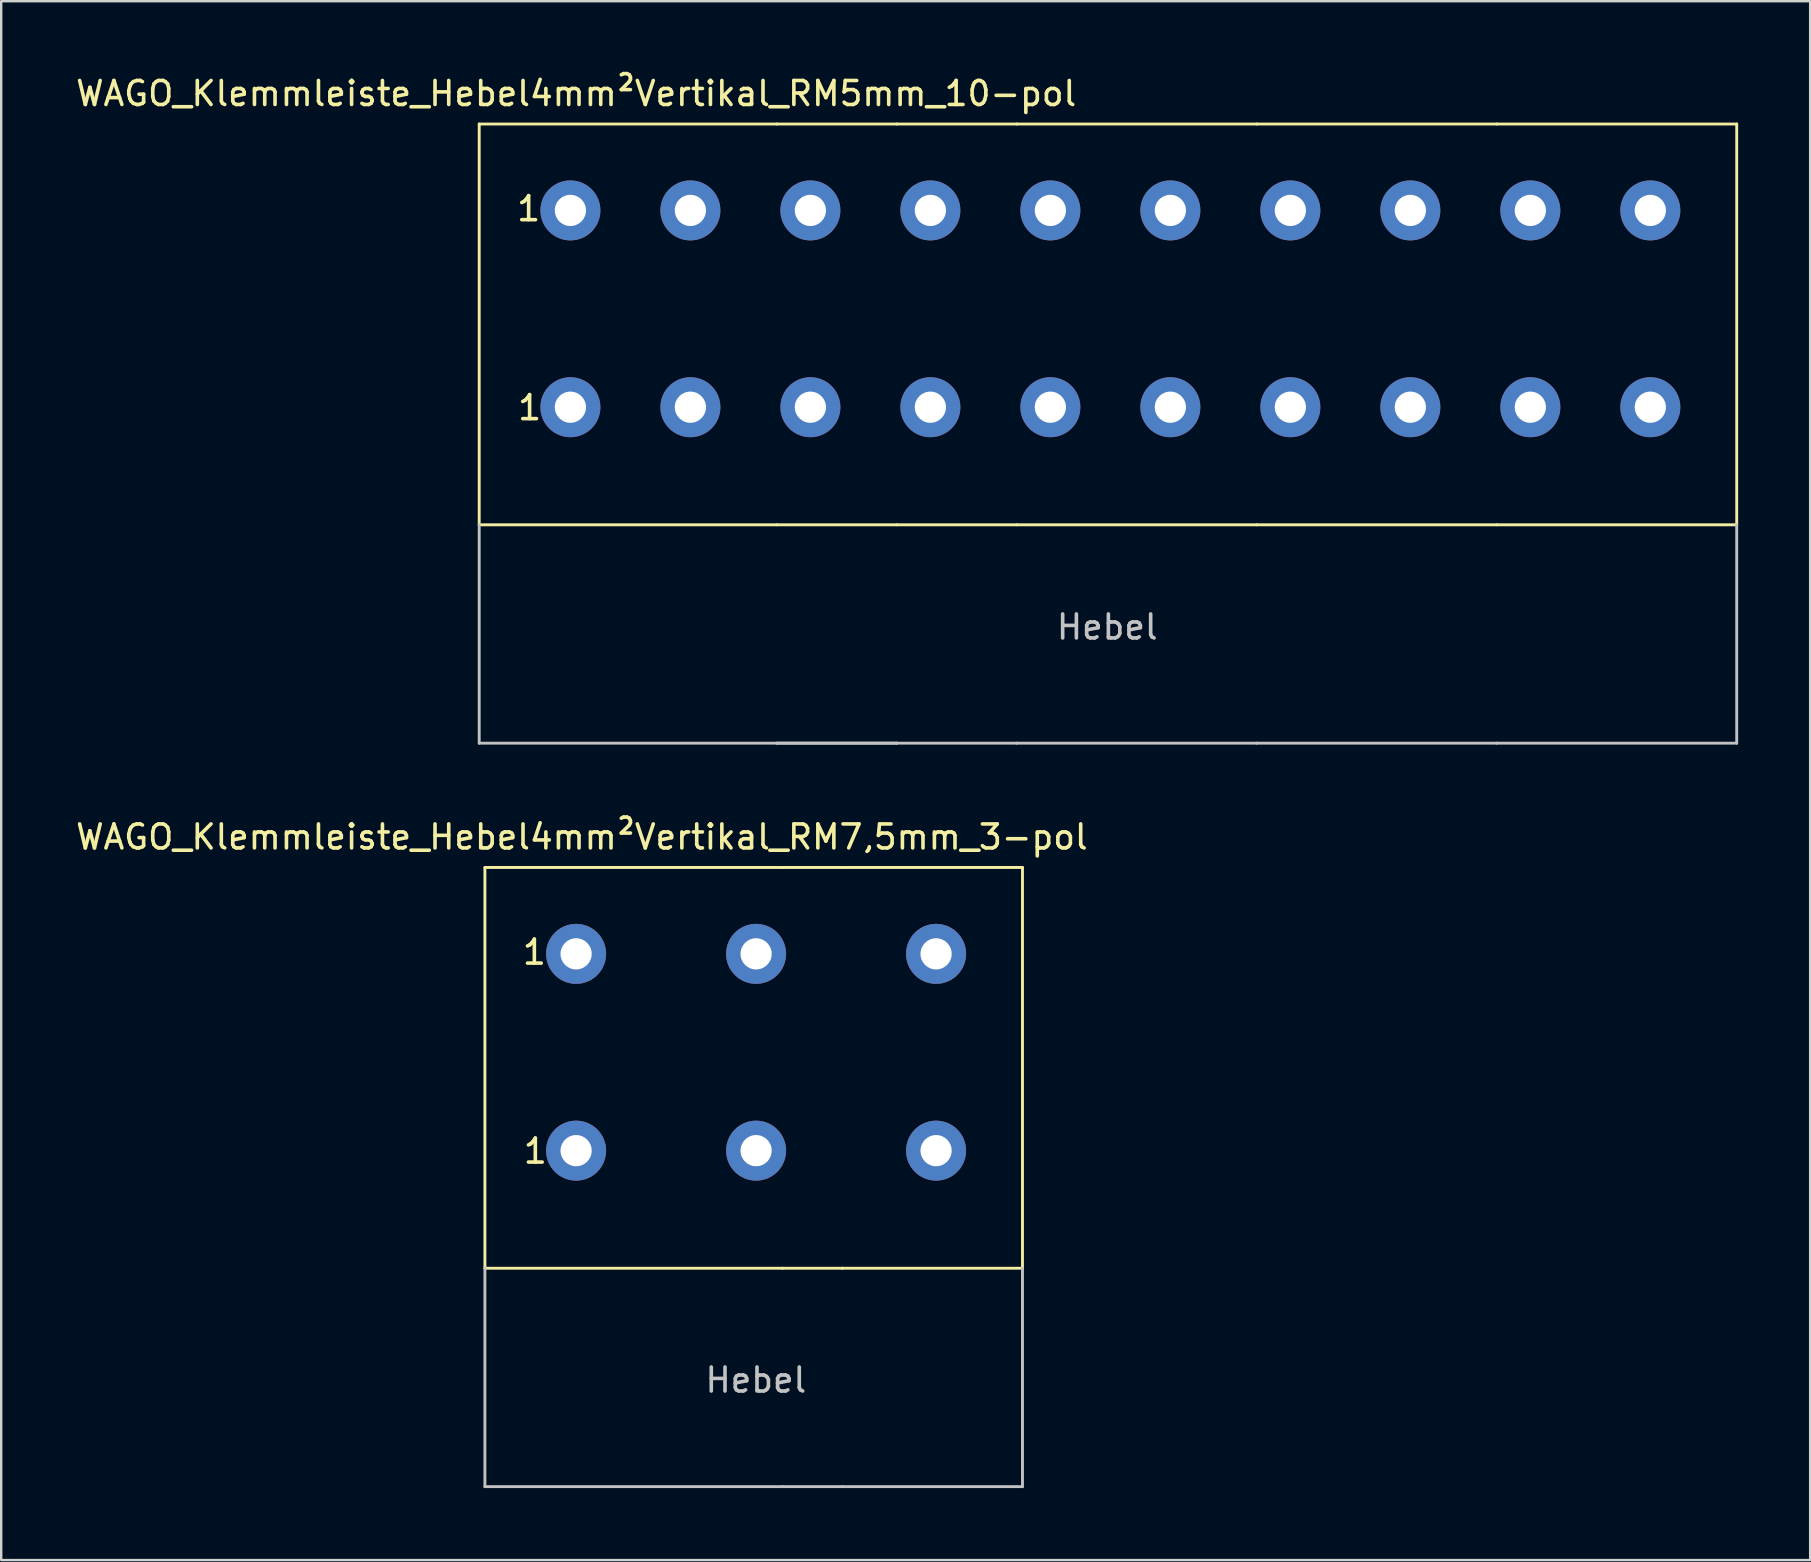
<source format=kicad_pcb>
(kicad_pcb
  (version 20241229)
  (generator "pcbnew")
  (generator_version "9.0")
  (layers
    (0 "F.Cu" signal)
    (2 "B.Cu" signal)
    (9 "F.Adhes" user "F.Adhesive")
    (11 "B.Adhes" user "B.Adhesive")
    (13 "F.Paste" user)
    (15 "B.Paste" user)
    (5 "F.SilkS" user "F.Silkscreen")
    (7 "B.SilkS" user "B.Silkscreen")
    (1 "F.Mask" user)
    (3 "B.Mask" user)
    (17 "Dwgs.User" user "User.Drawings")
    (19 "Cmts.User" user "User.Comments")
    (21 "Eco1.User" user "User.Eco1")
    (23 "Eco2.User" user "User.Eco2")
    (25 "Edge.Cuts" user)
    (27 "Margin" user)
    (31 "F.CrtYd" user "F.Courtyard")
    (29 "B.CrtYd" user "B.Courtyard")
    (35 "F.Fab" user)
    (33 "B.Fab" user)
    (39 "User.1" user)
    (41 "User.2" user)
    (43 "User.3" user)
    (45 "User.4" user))
  (footprint "WAGO_Klemmleiste_Hebel4mm²Vertikal_RM7,5mm_3-pol"
    (layer "F.Cu")
    (at 20.956 36.697)
    (property "Reference" "WAGO_Klemmleiste_Hebel4mm²Vertikal_RM7,5mm_3-pol" (at 0.24 -4.87 0) (layer "F.SilkS") (effects (font (size 1 1) (thickness 0.15))))
    (attr through_hole)
    (fp_line (start -3.8 -3.6) (end -3.8 13.1) (stroke (width 0.12) (type solid)) (layer "F.SilkS"))
    (fp_line (start -3.8 13.1) (end 8.6 13.1) (stroke (width 0.12) (type solid)) (layer "F.SilkS"))
    (fp_line (start 8.6 -3.6) (end -3.8 -3.6) (stroke (width 0.12) (type solid)) (layer "F.SilkS"))
    (fp_line (start 8.6 -3.6) (end 11.1 -3.6) (stroke (width 0.12) (type solid)) (layer "F.SilkS"))
    (fp_line (start 11.1 -3.6) (end 18.6 -3.6) (stroke (width 0.12) (type solid)) (layer "F.SilkS"))
    (fp_line (start 11.1 13.1) (end 8.6 13.1) (stroke (width 0.12) (type solid)) (layer "F.SilkS"))
    (fp_line (start 18.6 -3.6) (end 18.6 13.1) (stroke (width 0.12) (type solid)) (layer "F.SilkS"))
    (fp_line (start 18.6 13.1) (end 11.1 13.1) (stroke (width 0.12) (type solid)) (layer "F.SilkS"))
    (fp_line (start -3.8 13.1) (end -3.8 22.2) (stroke (width 0.12) (type solid)) (layer "Dwgs.User"))
    (fp_line (start -3.8 22.2) (end 8.6 22.2) (stroke (width 0.12) (type solid)) (layer "Dwgs.User"))
    (fp_line (start 11.1 22.2) (end 8.6 22.2) (stroke (width 0.12) (type solid)) (layer "Dwgs.User"))
    (fp_line (start 11.1 22.2) (end 18.6 22.2) (stroke (width 0.12) (type solid)) (layer "Dwgs.User"))
    (fp_line (start 18.6 22.2) (end 18.6 13.1) (stroke (width 0.12) (type solid)) (layer "Dwgs.User"))
    (fp_text user "1" (at -1.74 -0.07 0) (layer "F.SilkS") (effects (font (size 1 1) (thickness 0.15))))
    (fp_text user "1" (at -1.7 8.22 0) (layer "F.SilkS") (effects (font (size 1 1) (thickness 0.15))))
    (fp_text user "Hebel" (at 7.49 17.76 0) (layer "Dwgs.User") (effects (font (size 1 1) (thickness 0.15))))
    (pad "1" thru_hole circle (at 0 0) (size 2.5 2.5) (drill 1.3) (layers "*.Cu" "*.Mask"))
    (pad "1" thru_hole circle (at 0 8.2) (size 2.5 2.5) (drill 1.3) (layers "*.Cu" "*.Mask"))
    (pad "2" thru_hole circle (at 7.5 0) (size 2.5 2.5) (drill 1.3) (layers "*.Cu" "*.Mask"))
    (pad "2" thru_hole circle (at 7.5 8.2) (size 2.5 2.5) (drill 1.3) (layers "*.Cu" "*.Mask"))
    (pad "3" thru_hole circle (at 15 0) (size 2.5 2.5) (drill 1.3) (layers "*.Cu" "*.Mask"))
    (pad "3" thru_hole circle (at 15 8.2) (size 2.5 2.5) (drill 1.3) (layers "*.Cu" "*.Mask")))
  (footprint "WAGO_Klemmleiste_Hebel4mm²Vertikal_RM5mm_10-pol"
    (layer "F.Cu")
    (at 20.718 5.718)
    (property "Reference" "WAGO_Klemmleiste_Hebel4mm²Vertikal_RM5mm_10-pol" (at 0.24 -4.87 0) (layer "F.SilkS") (effects (font (size 1 1) (thickness 0.15))))
    (attr through_hole)
    (fp_line (start -3.8 -3.6) (end -3.8 13.1) (stroke (width 0.12) (type solid)) (layer "F.SilkS"))
    (fp_line (start -3.8 13.1) (end 8.6 13.1) (stroke (width 0.12) (type solid)) (layer "F.SilkS"))
    (fp_line (start 8.6 -3.6) (end -3.8 -3.6) (stroke (width 0.12) (type solid)) (layer "F.SilkS"))
    (fp_line (start 8.6 13.1) (end 13.6 13.1) (stroke (width 0.12) (type solid)) (layer "F.SilkS"))
    (fp_line (start 13.6 -3.6) (end 8.6 -3.6) (stroke (width 0.12) (type solid)) (layer "F.SilkS"))
    (fp_line (start 13.6 -3.6) (end 18.6 -3.6) (stroke (width 0.12) (type solid)) (layer "F.SilkS"))
    (fp_line (start 18.6 13.1) (end 13.6 13.1) (stroke (width 0.12) (type solid)) (layer "F.SilkS"))
    (fp_line (start 18.6 13.1) (end 28.6 13.1) (stroke (width 0.12) (type solid)) (layer "F.SilkS"))
    (fp_line (start 28.6 -3.6) (end 18.6 -3.6) (stroke (width 0.12) (type solid)) (layer "F.SilkS"))
    (fp_line (start 28.6 13.1) (end 38.6 13.1) (stroke (width 0.12) (type solid)) (layer "F.SilkS"))
    (fp_line (start 38.6 -3.6) (end 28.6 -3.6) (stroke (width 0.12) (type solid)) (layer "F.SilkS"))
    (fp_line (start 38.6 13.1) (end 48.6 13.1) (stroke (width 0.12) (type solid)) (layer "F.SilkS"))
    (fp_line (start 48.6 -3.6) (end 38.6 -3.6) (stroke (width 0.12) (type solid)) (layer "F.SilkS"))
    (fp_line (start 48.6 13.1) (end 48.6 -3.6) (stroke (width 0.12) (type solid)) (layer "F.SilkS"))
    (fp_line (start -3.8 13.1) (end -3.8 22.2) (stroke (width 0.12) (type solid)) (layer "Dwgs.User"))
    (fp_line (start -3.8 22.2) (end 8.6 22.2) (stroke (width 0.12) (type solid)) (layer "Dwgs.User"))
    (fp_line (start 8.6 22.2) (end 13.6 22.2) (stroke (width 0.12) (type solid)) (layer "Dwgs.User"))
    (fp_line (start 13.6 22.2) (end 8.6 22.2) (stroke (width 0.12) (type solid)) (layer "Dwgs.User"))
    (fp_line (start 13.6 22.2) (end 18.6 22.2) (stroke (width 0.12) (type solid)) (layer "Dwgs.User"))
    (fp_line (start 18.6 22.2) (end 28.6 22.2) (stroke (width 0.12) (type solid)) (layer "Dwgs.User"))
    (fp_line (start 28.6 22.2) (end 38.6 22.2) (stroke (width 0.12) (type solid)) (layer "Dwgs.User"))
    (fp_line (start 38.6 22.2) (end 48.6 22.2) (stroke (width 0.12) (type solid)) (layer "Dwgs.User"))
    (fp_line (start 48.6 22.2) (end 48.6 13.1) (stroke (width 0.12) (type solid)) (layer "Dwgs.User"))
    (fp_text user "1" (at -1.7 8.22 0) (layer "F.SilkS") (effects (font (size 1 1) (thickness 0.15))))
    (fp_text user "1" (at -1.74 -0.07 0) (layer "F.SilkS") (effects (font (size 1 1) (thickness 0.15))))
    (fp_text user "Hebel" (at 22.37 17.36 0) (layer "Dwgs.User") (effects (font (size 1 1) (thickness 0.15))))
    (pad "1" thru_hole circle (at 0 0) (size 2.5 2.5) (drill 1.3) (layers "*.Cu" "*.Mask"))
    (pad "1" thru_hole circle (at 0 8.2) (size 2.5 2.5) (drill 1.3) (layers "*.Cu" "*.Mask"))
    (pad "2" thru_hole circle (at 5 0) (size 2.5 2.5) (drill 1.3) (layers "*.Cu" "*.Mask"))
    (pad "2" thru_hole circle (at 5 8.2) (size 2.5 2.5) (drill 1.3) (layers "*.Cu" "*.Mask"))
    (pad "3" thru_hole circle (at 10 0) (size 2.5 2.5) (drill 1.3) (layers "*.Cu" "*.Mask"))
    (pad "3" thru_hole circle (at 10 8.2) (size 2.5 2.5) (drill 1.3) (layers "*.Cu" "*.Mask"))
    (pad "4" thru_hole circle (at 15 0) (size 2.5 2.5) (drill 1.3) (layers "*.Cu" "*.Mask"))
    (pad "4" thru_hole circle (at 15 8.2) (size 2.5 2.5) (drill 1.3) (layers "*.Cu" "*.Mask"))
    (pad "5" thru_hole circle (at 20 0) (size 2.5 2.5) (drill 1.3) (layers "*.Cu" "*.Mask"))
    (pad "5" thru_hole circle (at 20 8.2) (size 2.5 2.5) (drill 1.3) (layers "*.Cu" "*.Mask"))
    (pad "6" thru_hole circle (at 25 0) (size 2.5 2.5) (drill 1.3) (layers "*.Cu" "*.Mask"))
    (pad "6" thru_hole circle (at 25 8.2) (size 2.5 2.5) (drill 1.3) (layers "*.Cu" "*.Mask"))
    (pad "7" thru_hole circle (at 30 0) (size 2.5 2.5) (drill 1.3) (layers "*.Cu" "*.Mask"))
    (pad "7" thru_hole circle (at 30 8.2) (size 2.5 2.5) (drill 1.3) (layers "*.Cu" "*.Mask"))
    (pad "8" thru_hole circle (at 35 0) (size 2.5 2.5) (drill 1.3) (layers "*.Cu" "*.Mask"))
    (pad "8" thru_hole circle (at 35 8.2) (size 2.5 2.5) (drill 1.3) (layers "*.Cu" "*.Mask"))
    (pad "9" thru_hole circle (at 40 0) (size 2.5 2.5) (drill 1.3) (layers "*.Cu" "*.Mask"))
    (pad "9" thru_hole circle (at 40 8.2) (size 2.5 2.5) (drill 1.3) (layers "*.Cu" "*.Mask"))
    (pad "10" thru_hole circle (at 45 0) (size 2.5 2.5) (drill 1.3) (layers "*.Cu" "*.Mask"))
    (pad "10" thru_hole circle (at 45 8.2) (size 2.5 2.5) (drill 1.3) (layers "*.Cu" "*.Mask")))
  (gr_rect
    (start -3 -3)
    (end 72.378 61.956)
    (stroke (width 0.1) (type default))
    (fill no)
    (layer "Edge.Cuts")))
</source>
